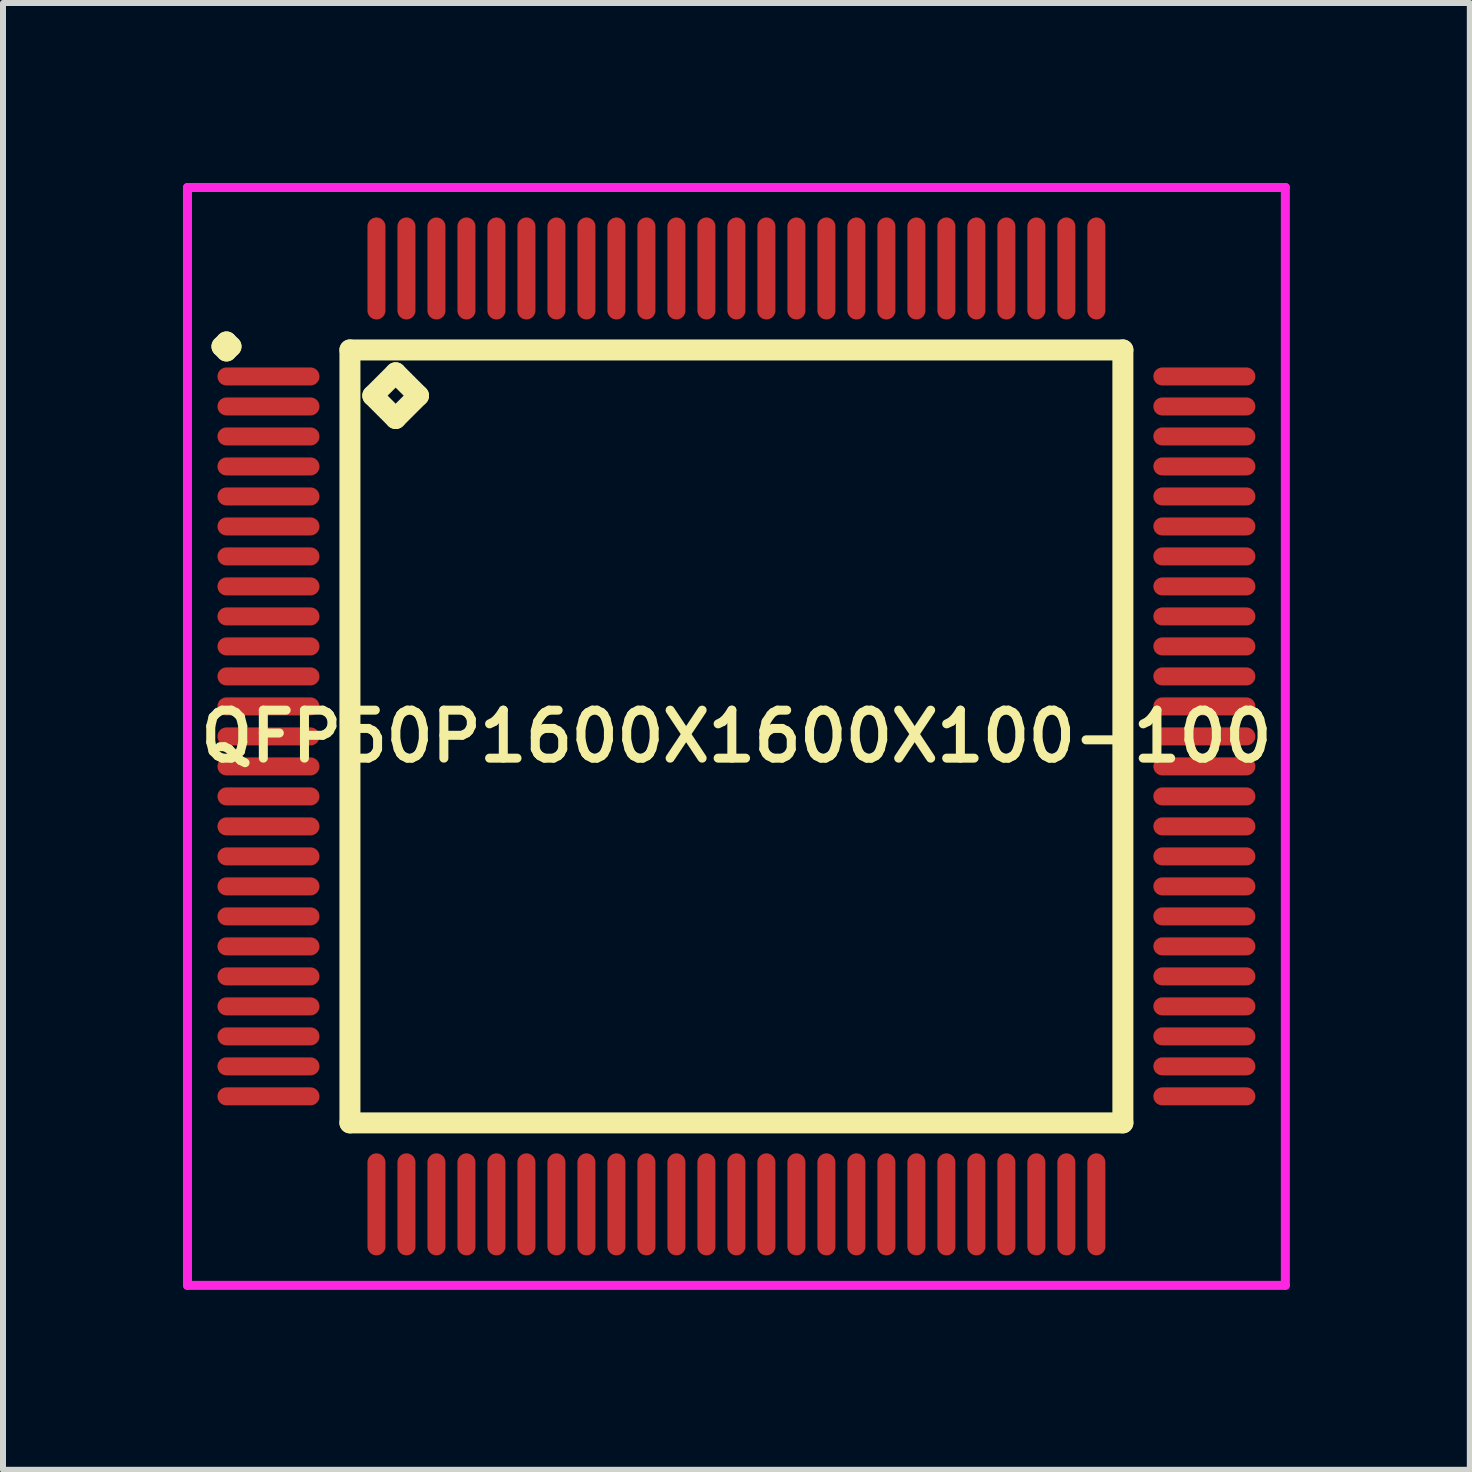
<source format=kicad_pcb>
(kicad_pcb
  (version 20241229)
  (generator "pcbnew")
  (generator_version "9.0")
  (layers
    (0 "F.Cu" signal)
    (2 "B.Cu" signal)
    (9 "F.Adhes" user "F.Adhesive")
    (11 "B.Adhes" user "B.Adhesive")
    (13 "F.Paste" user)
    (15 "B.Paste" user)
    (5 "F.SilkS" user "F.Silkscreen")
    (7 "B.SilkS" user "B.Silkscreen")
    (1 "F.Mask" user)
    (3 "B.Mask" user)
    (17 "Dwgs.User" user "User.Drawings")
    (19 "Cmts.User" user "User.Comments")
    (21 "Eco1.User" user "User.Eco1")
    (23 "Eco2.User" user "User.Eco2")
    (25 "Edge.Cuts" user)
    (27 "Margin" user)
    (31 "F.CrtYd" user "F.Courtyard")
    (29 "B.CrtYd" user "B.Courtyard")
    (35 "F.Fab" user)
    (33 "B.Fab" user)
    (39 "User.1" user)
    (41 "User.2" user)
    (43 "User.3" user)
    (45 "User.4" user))
  (footprint "QFP50P1600X1600X100-100"
    (layer "F.Cu")
    (at 9.225 9.225)
    (property "Reference" "QFP50P1600X1600X100-100" (at 0 0 0) (layer "F.SilkS") (effects (font (size 0.8 0.8) (thickness 0.15))))
    (attr smd)
    (fp_line (start -8.575 -6.5) (end -8.5 -6.575) (stroke (width 0.35) (type solid)) (layer "F.SilkS"))
    (fp_line (start -8.5 -6.575) (end -8.425 -6.5) (stroke (width 0.35) (type solid)) (layer "F.SilkS"))
    (fp_line (start -8.5 -6.425) (end -8.575 -6.5) (stroke (width 0.35) (type solid)) (layer "F.SilkS"))
    (fp_line (start -8.425 -6.5) (end -8.5 -6.425) (stroke (width 0.35) (type solid)) (layer "F.SilkS"))
    (fp_line (start -6.442 -6.442) (end -6.442 6.442) (stroke (width 0.35) (type solid)) (layer "F.SilkS"))
    (fp_line (start -6.442 6.442) (end 6.442 6.442) (stroke (width 0.35) (type solid)) (layer "F.SilkS"))
    (fp_line (start -6.061 -5.68) (end -5.68 -6.061) (stroke (width 0.35) (type solid)) (layer "F.SilkS"))
    (fp_line (start -5.68 -6.061) (end -5.299 -5.68) (stroke (width 0.35) (type solid)) (layer "F.SilkS"))
    (fp_line (start -5.68 -5.299) (end -6.061 -5.68) (stroke (width 0.35) (type solid)) (layer "F.SilkS"))
    (fp_line (start -5.299 -5.68) (end -5.68 -5.299) (stroke (width 0.35) (type solid)) (layer "F.SilkS"))
    (fp_line (start 6.442 -6.442) (end -6.442 -6.442) (stroke (width 0.35) (type solid)) (layer "F.SilkS"))
    (fp_line (start 6.442 6.442) (end 6.442 -6.442) (stroke (width 0.35) (type solid)) (layer "F.SilkS"))
    (fp_line (start -9.15 -9.15) (end 9.15 -9.15) (stroke (width 0.15) (type solid)) (layer "F.CrtYd"))
    (fp_line (start -9.15 9.15) (end -9.15 -9.15) (stroke (width 0.15) (type solid)) (layer "F.CrtYd"))
    (fp_line (start 9.15 -9.15) (end 9.15 9.15) (stroke (width 0.15) (type solid)) (layer "F.CrtYd"))
    (fp_line (start 9.15 9.15) (end -9.15 9.15) (stroke (width 0.15) (type solid)) (layer "F.CrtYd"))
    (pad "1" smd oval (at -7.8 -6) (size 1.7 0.3) (layers "F.Cu" "F.Mask" "F.Paste"))
    (pad "2" smd oval (at -7.8 -5.5) (size 1.7 0.3) (layers "F.Cu" "F.Mask" "F.Paste"))
    (pad "3" smd oval (at -7.8 -5) (size 1.7 0.3) (layers "F.Cu" "F.Mask" "F.Paste"))
    (pad "4" smd oval (at -7.8 -4.5) (size 1.7 0.3) (layers "F.Cu" "F.Mask" "F.Paste"))
    (pad "5" smd oval (at -7.8 -4) (size 1.7 0.3) (layers "F.Cu" "F.Mask" "F.Paste"))
    (pad "6" smd oval (at -7.8 -3.5) (size 1.7 0.3) (layers "F.Cu" "F.Mask" "F.Paste"))
    (pad "7" smd oval (at -7.8 -3) (size 1.7 0.3) (layers "F.Cu" "F.Mask" "F.Paste"))
    (pad "8" smd oval (at -7.8 -2.5) (size 1.7 0.3) (layers "F.Cu" "F.Mask" "F.Paste"))
    (pad "9" smd oval (at -7.8 -2) (size 1.7 0.3) (layers "F.Cu" "F.Mask" "F.Paste"))
    (pad "10" smd oval (at -7.8 -1.5) (size 1.7 0.3) (layers "F.Cu" "F.Mask" "F.Paste"))
    (pad "11" smd oval (at -7.8 -1) (size 1.7 0.3) (layers "F.Cu" "F.Mask" "F.Paste"))
    (pad "12" smd oval (at -7.8 -0.5) (size 1.7 0.3) (layers "F.Cu" "F.Mask" "F.Paste"))
    (pad "13" smd oval (at -7.8 0) (size 1.7 0.3) (layers "F.Cu" "F.Mask" "F.Paste"))
    (pad "14" smd oval (at -7.8 0.5) (size 1.7 0.3) (layers "F.Cu" "F.Mask" "F.Paste"))
    (pad "15" smd oval (at -7.8 1) (size 1.7 0.3) (layers "F.Cu" "F.Mask" "F.Paste"))
    (pad "16" smd oval (at -7.8 1.5) (size 1.7 0.3) (layers "F.Cu" "F.Mask" "F.Paste"))
    (pad "17" smd oval (at -7.8 2) (size 1.7 0.3) (layers "F.Cu" "F.Mask" "F.Paste"))
    (pad "18" smd oval (at -7.8 2.5) (size 1.7 0.3) (layers "F.Cu" "F.Mask" "F.Paste"))
    (pad "19" smd oval (at -7.8 3) (size 1.7 0.3) (layers "F.Cu" "F.Mask" "F.Paste"))
    (pad "20" smd oval (at -7.8 3.5) (size 1.7 0.3) (layers "F.Cu" "F.Mask" "F.Paste"))
    (pad "21" smd oval (at -7.8 4) (size 1.7 0.3) (layers "F.Cu" "F.Mask" "F.Paste"))
    (pad "22" smd oval (at -7.8 4.5) (size 1.7 0.3) (layers "F.Cu" "F.Mask" "F.Paste"))
    (pad "23" smd oval (at -7.8 5) (size 1.7 0.3) (layers "F.Cu" "F.Mask" "F.Paste"))
    (pad "24" smd oval (at -7.8 5.5) (size 1.7 0.3) (layers "F.Cu" "F.Mask" "F.Paste"))
    (pad "25" smd oval (at -7.8 6) (size 1.7 0.3) (layers "F.Cu" "F.Mask" "F.Paste"))
    (pad "26" smd oval (at -6 7.8) (size 0.3 1.7) (layers "F.Cu" "F.Mask" "F.Paste"))
    (pad "27" smd oval (at -5.5 7.8) (size 0.3 1.7) (layers "F.Cu" "F.Mask" "F.Paste"))
    (pad "28" smd oval (at -5 7.8) (size 0.3 1.7) (layers "F.Cu" "F.Mask" "F.Paste"))
    (pad "29" smd oval (at -4.5 7.8) (size 0.3 1.7) (layers "F.Cu" "F.Mask" "F.Paste"))
    (pad "30" smd oval (at -4 7.8) (size 0.3 1.7) (layers "F.Cu" "F.Mask" "F.Paste"))
    (pad "31" smd oval (at -3.5 7.8) (size 0.3 1.7) (layers "F.Cu" "F.Mask" "F.Paste"))
    (pad "32" smd oval (at -3 7.8) (size 0.3 1.7) (layers "F.Cu" "F.Mask" "F.Paste"))
    (pad "33" smd oval (at -2.5 7.8) (size 0.3 1.7) (layers "F.Cu" "F.Mask" "F.Paste"))
    (pad "34" smd oval (at -2 7.8) (size 0.3 1.7) (layers "F.Cu" "F.Mask" "F.Paste"))
    (pad "35" smd oval (at -1.5 7.8) (size 0.3 1.7) (layers "F.Cu" "F.Mask" "F.Paste"))
    (pad "36" smd oval (at -1 7.8) (size 0.3 1.7) (layers "F.Cu" "F.Mask" "F.Paste"))
    (pad "37" smd oval (at -0.5 7.8) (size 0.3 1.7) (layers "F.Cu" "F.Mask" "F.Paste"))
    (pad "38" smd oval (at 0 7.8) (size 0.3 1.7) (layers "F.Cu" "F.Mask" "F.Paste"))
    (pad "39" smd oval (at 0.5 7.8) (size 0.3 1.7) (layers "F.Cu" "F.Mask" "F.Paste"))
    (pad "40" smd oval (at 1 7.8) (size 0.3 1.7) (layers "F.Cu" "F.Mask" "F.Paste"))
    (pad "41" smd oval (at 1.5 7.8) (size 0.3 1.7) (layers "F.Cu" "F.Mask" "F.Paste"))
    (pad "42" smd oval (at 2 7.8) (size 0.3 1.7) (layers "F.Cu" "F.Mask" "F.Paste"))
    (pad "43" smd oval (at 2.5 7.8) (size 0.3 1.7) (layers "F.Cu" "F.Mask" "F.Paste"))
    (pad "44" smd oval (at 3 7.8) (size 0.3 1.7) (layers "F.Cu" "F.Mask" "F.Paste"))
    (pad "45" smd oval (at 3.5 7.8) (size 0.3 1.7) (layers "F.Cu" "F.Mask" "F.Paste"))
    (pad "46" smd oval (at 4 7.8) (size 0.3 1.7) (layers "F.Cu" "F.Mask" "F.Paste"))
    (pad "47" smd oval (at 4.5 7.8) (size 0.3 1.7) (layers "F.Cu" "F.Mask" "F.Paste"))
    (pad "48" smd oval (at 5 7.8) (size 0.3 1.7) (layers "F.Cu" "F.Mask" "F.Paste"))
    (pad "49" smd oval (at 5.5 7.8) (size 0.3 1.7) (layers "F.Cu" "F.Mask" "F.Paste"))
    (pad "50" smd oval (at 6 7.8) (size 0.3 1.7) (layers "F.Cu" "F.Mask" "F.Paste"))
    (pad "51" smd oval (at 7.8 6) (size 1.7 0.3) (layers "F.Cu" "F.Mask" "F.Paste"))
    (pad "52" smd oval (at 7.8 5.5) (size 1.7 0.3) (layers "F.Cu" "F.Mask" "F.Paste"))
    (pad "53" smd oval (at 7.8 5) (size 1.7 0.3) (layers "F.Cu" "F.Mask" "F.Paste"))
    (pad "54" smd oval (at 7.8 4.5) (size 1.7 0.3) (layers "F.Cu" "F.Mask" "F.Paste"))
    (pad "55" smd oval (at 7.8 4) (size 1.7 0.3) (layers "F.Cu" "F.Mask" "F.Paste"))
    (pad "56" smd oval (at 7.8 3.5) (size 1.7 0.3) (layers "F.Cu" "F.Mask" "F.Paste"))
    (pad "57" smd oval (at 7.8 3) (size 1.7 0.3) (layers "F.Cu" "F.Mask" "F.Paste"))
    (pad "58" smd oval (at 7.8 2.5) (size 1.7 0.3) (layers "F.Cu" "F.Mask" "F.Paste"))
    (pad "59" smd oval (at 7.8 2) (size 1.7 0.3) (layers "F.Cu" "F.Mask" "F.Paste"))
    (pad "60" smd oval (at 7.8 1.5) (size 1.7 0.3) (layers "F.Cu" "F.Mask" "F.Paste"))
    (pad "61" smd oval (at 7.8 1) (size 1.7 0.3) (layers "F.Cu" "F.Mask" "F.Paste"))
    (pad "62" smd oval (at 7.8 0.5) (size 1.7 0.3) (layers "F.Cu" "F.Mask" "F.Paste"))
    (pad "63" smd oval (at 7.8 0) (size 1.7 0.3) (layers "F.Cu" "F.Mask" "F.Paste"))
    (pad "64" smd oval (at 7.8 -0.5) (size 1.7 0.3) (layers "F.Cu" "F.Mask" "F.Paste"))
    (pad "65" smd oval (at 7.8 -1) (size 1.7 0.3) (layers "F.Cu" "F.Mask" "F.Paste"))
    (pad "66" smd oval (at 7.8 -1.5) (size 1.7 0.3) (layers "F.Cu" "F.Mask" "F.Paste"))
    (pad "67" smd oval (at 7.8 -2) (size 1.7 0.3) (layers "F.Cu" "F.Mask" "F.Paste"))
    (pad "68" smd oval (at 7.8 -2.5) (size 1.7 0.3) (layers "F.Cu" "F.Mask" "F.Paste"))
    (pad "69" smd oval (at 7.8 -3) (size 1.7 0.3) (layers "F.Cu" "F.Mask" "F.Paste"))
    (pad "70" smd oval (at 7.8 -3.5) (size 1.7 0.3) (layers "F.Cu" "F.Mask" "F.Paste"))
    (pad "71" smd oval (at 7.8 -4) (size 1.7 0.3) (layers "F.Cu" "F.Mask" "F.Paste"))
    (pad "72" smd oval (at 7.8 -4.5) (size 1.7 0.3) (layers "F.Cu" "F.Mask" "F.Paste"))
    (pad "73" smd oval (at 7.8 -5) (size 1.7 0.3) (layers "F.Cu" "F.Mask" "F.Paste"))
    (pad "74" smd oval (at 7.8 -5.5) (size 1.7 0.3) (layers "F.Cu" "F.Mask" "F.Paste"))
    (pad "75" smd oval (at 7.8 -6) (size 1.7 0.3) (layers "F.Cu" "F.Mask" "F.Paste"))
    (pad "76" smd oval (at 6 -7.8) (size 0.3 1.7) (layers "F.Cu" "F.Mask" "F.Paste"))
    (pad "77" smd oval (at 5.5 -7.8) (size 0.3 1.7) (layers "F.Cu" "F.Mask" "F.Paste"))
    (pad "78" smd oval (at 5 -7.8) (size 0.3 1.7) (layers "F.Cu" "F.Mask" "F.Paste"))
    (pad "79" smd oval (at 4.5 -7.8) (size 0.3 1.7) (layers "F.Cu" "F.Mask" "F.Paste"))
    (pad "80" smd oval (at 4 -7.8) (size 0.3 1.7) (layers "F.Cu" "F.Mask" "F.Paste"))
    (pad "81" smd oval (at 3.5 -7.8) (size 0.3 1.7) (layers "F.Cu" "F.Mask" "F.Paste"))
    (pad "82" smd oval (at 3 -7.8) (size 0.3 1.7) (layers "F.Cu" "F.Mask" "F.Paste"))
    (pad "83" smd oval (at 2.5 -7.8) (size 0.3 1.7) (layers "F.Cu" "F.Mask" "F.Paste"))
    (pad "84" smd oval (at 2 -7.8) (size 0.3 1.7) (layers "F.Cu" "F.Mask" "F.Paste"))
    (pad "85" smd oval (at 1.5 -7.8) (size 0.3 1.7) (layers "F.Cu" "F.Mask" "F.Paste"))
    (pad "86" smd oval (at 1 -7.8) (size 0.3 1.7) (layers "F.Cu" "F.Mask" "F.Paste"))
    (pad "87" smd oval (at 0.5 -7.8) (size 0.3 1.7) (layers "F.Cu" "F.Mask" "F.Paste"))
    (pad "88" smd oval (at 0 -7.8) (size 0.3 1.7) (layers "F.Cu" "F.Mask" "F.Paste"))
    (pad "89" smd oval (at -0.5 -7.8) (size 0.3 1.7) (layers "F.Cu" "F.Mask" "F.Paste"))
    (pad "90" smd oval (at -1 -7.8) (size 0.3 1.7) (layers "F.Cu" "F.Mask" "F.Paste"))
    (pad "91" smd oval (at -1.5 -7.8) (size 0.3 1.7) (layers "F.Cu" "F.Mask" "F.Paste"))
    (pad "92" smd oval (at -2 -7.8) (size 0.3 1.7) (layers "F.Cu" "F.Mask" "F.Paste"))
    (pad "93" smd oval (at -2.5 -7.8) (size 0.3 1.7) (layers "F.Cu" "F.Mask" "F.Paste"))
    (pad "94" smd oval (at -3 -7.8) (size 0.3 1.7) (layers "F.Cu" "F.Mask" "F.Paste"))
    (pad "95" smd oval (at -3.5 -7.8) (size 0.3 1.7) (layers "F.Cu" "F.Mask" "F.Paste"))
    (pad "96" smd oval (at -4 -7.8) (size 0.3 1.7) (layers "F.Cu" "F.Mask" "F.Paste"))
    (pad "97" smd oval (at -4.5 -7.8) (size 0.3 1.7) (layers "F.Cu" "F.Mask" "F.Paste"))
    (pad "98" smd oval (at -5 -7.8) (size 0.3 1.7) (layers "F.Cu" "F.Mask" "F.Paste"))
    (pad "99" smd oval (at -5.5 -7.8) (size 0.3 1.7) (layers "F.Cu" "F.Mask" "F.Paste"))
    (pad "100" smd oval (at -6 -7.8) (size 0.3 1.7) (layers "F.Cu" "F.Mask" "F.Paste")))
  (gr_rect
    (start -3 -3)
    (end 21.45 21.45)
    (stroke (width 0.1) (type default))
    (fill no)
    (layer "Edge.Cuts")))
</source>
